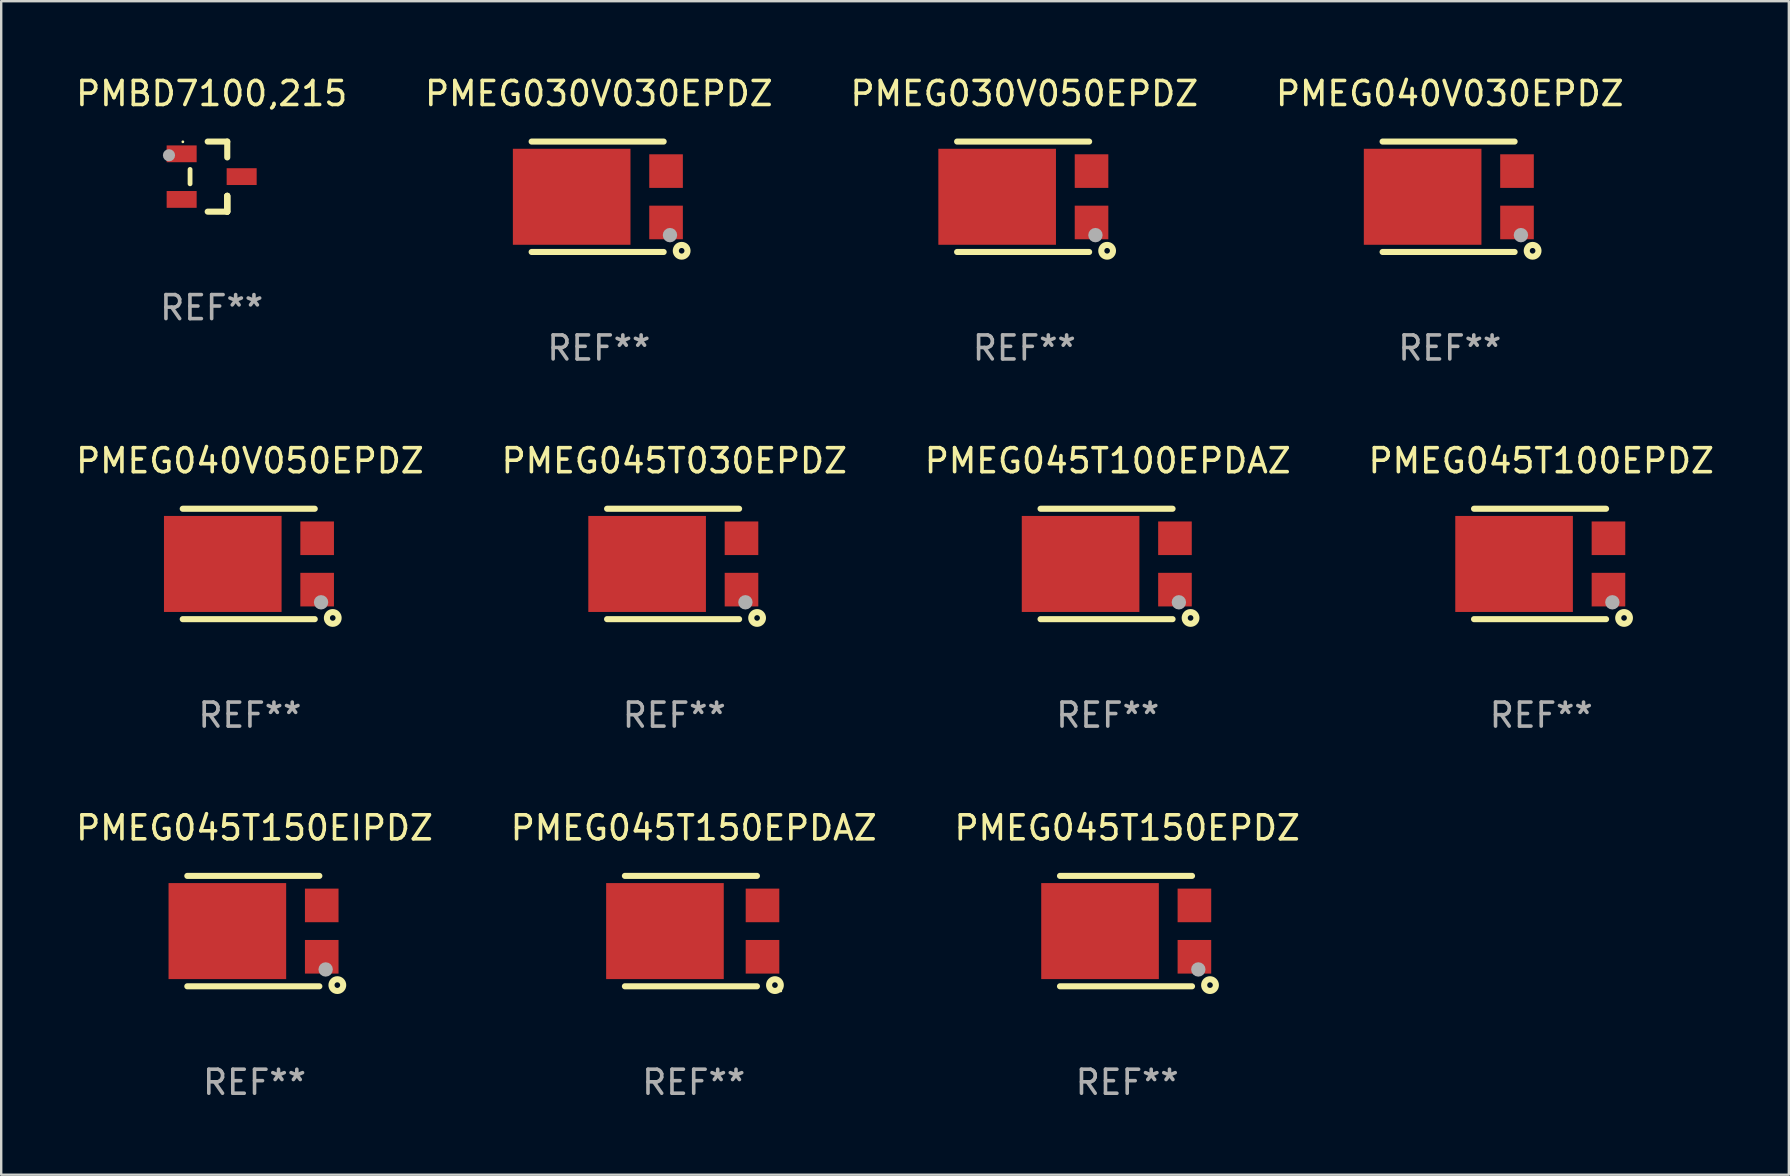
<source format=kicad_pcb>
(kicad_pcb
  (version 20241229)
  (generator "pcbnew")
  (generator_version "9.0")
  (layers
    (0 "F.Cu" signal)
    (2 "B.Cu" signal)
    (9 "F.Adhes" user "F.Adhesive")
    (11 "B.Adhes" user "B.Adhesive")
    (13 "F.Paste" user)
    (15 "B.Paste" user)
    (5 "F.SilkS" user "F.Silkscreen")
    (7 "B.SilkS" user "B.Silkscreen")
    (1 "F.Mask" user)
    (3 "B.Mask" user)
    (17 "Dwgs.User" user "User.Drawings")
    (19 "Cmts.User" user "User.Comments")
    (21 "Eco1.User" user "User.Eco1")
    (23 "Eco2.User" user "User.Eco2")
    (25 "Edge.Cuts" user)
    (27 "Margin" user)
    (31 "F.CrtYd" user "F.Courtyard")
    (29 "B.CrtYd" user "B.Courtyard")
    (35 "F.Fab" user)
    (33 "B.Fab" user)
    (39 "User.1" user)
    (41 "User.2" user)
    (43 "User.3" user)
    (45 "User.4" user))
  (footprint "PMEG045T100EPDZ"
    (layer "F.Cu")
    (at 61.161 20.445)
    (property "Reference" "PMEG045T100EPDZ" (at 0 -4.3 0) (layer "F.SilkS") (effects (font (size 1 1) (thickness 0.15))))
    (attr through_hole)
    (fp_line (start -2.8 2.3) (end 2.7 2.3) (stroke (width 0.254) (type solid)) (layer "F.SilkS"))
    (fp_line (start 2.7 -2.3) (end -2.8 -2.3) (stroke (width 0.254) (type solid)) (layer "F.SilkS"))
    (fp_circle (center 3.2 2.15) (end 3.23 2.15) (stroke (width 0.06) (type solid)) (fill no) (layer "F.SilkS"))
    (fp_circle (center 3.45 2.25) (end 3.567 2.25) (stroke (width 0.254) (type solid)) (fill no) (layer "F.SilkS"))
    (fp_circle (center 2.963 1.598) (end 3.113 1.598) (stroke (width 0.3) (type solid)) (fill no) (layer "F.Fab"))
    (fp_text user "REF**" (at 0 6.3 0) (layer "F.Fab") (effects (font (size 1 1) (thickness 0.15))))
    (pad "1" smd rect (at 2.8 1.07 90) (size 1.4 1.4) (layers "F.Cu" "F.Mask" "F.Paste"))
    (pad "2" smd rect (at 2.8 -1.07 90) (size 1.4 1.4) (layers "F.Cu" "F.Mask" "F.Paste"))
    (pad "3" smd rect (at -1.132 0 90) (size 4 4.9) (layers "F.Cu" "F.Mask" "F.Paste")))
  (footprint "PMEG045T030EPDZ"
    (layer "F.Cu")
    (at 25.042 20.445)
    (property "Reference" "PMEG045T030EPDZ" (at 0 -4.3 0) (layer "F.SilkS") (effects (font (size 1 1) (thickness 0.15))))
    (attr through_hole)
    (fp_line (start -2.8 2.3) (end 2.7 2.3) (stroke (width 0.254) (type solid)) (layer "F.SilkS"))
    (fp_line (start 2.7 -2.3) (end -2.8 -2.3) (stroke (width 0.254) (type solid)) (layer "F.SilkS"))
    (fp_circle (center 3.2 2.15) (end 3.23 2.15) (stroke (width 0.06) (type solid)) (fill no) (layer "F.SilkS"))
    (fp_circle (center 3.45 2.25) (end 3.567 2.25) (stroke (width 0.254) (type solid)) (fill no) (layer "F.SilkS"))
    (fp_circle (center 2.963 1.598) (end 3.113 1.598) (stroke (width 0.3) (type solid)) (fill no) (layer "F.Fab"))
    (fp_text user "REF**" (at 0 6.3 0) (layer "F.Fab") (effects (font (size 1 1) (thickness 0.15))))
    (pad "1" smd rect (at 2.8 1.07 90) (size 1.4 1.4) (layers "F.Cu" "F.Mask" "F.Paste"))
    (pad "2" smd rect (at 2.8 -1.07 90) (size 1.4 1.4) (layers "F.Cu" "F.Mask" "F.Paste"))
    (pad "3" smd rect (at -1.132 0 90) (size 4 4.9) (layers "F.Cu" "F.Mask" "F.Paste")))
  (footprint "PMEG040V050EPDZ"
    (layer "F.Cu")
    (at 7.363 20.445)
    (property "Reference" "PMEG040V050EPDZ" (at 0 -4.3 0) (layer "F.SilkS") (effects (font (size 1 1) (thickness 0.15))))
    (attr through_hole)
    (fp_line (start -2.8 2.3) (end 2.7 2.3) (stroke (width 0.254) (type solid)) (layer "F.SilkS"))
    (fp_line (start 2.7 -2.3) (end -2.8 -2.3) (stroke (width 0.254) (type solid)) (layer "F.SilkS"))
    (fp_circle (center 3.2 2.15) (end 3.23 2.15) (stroke (width 0.06) (type solid)) (fill no) (layer "F.SilkS"))
    (fp_circle (center 3.45 2.25) (end 3.567 2.25) (stroke (width 0.254) (type solid)) (fill no) (layer "F.SilkS"))
    (fp_circle (center 2.963 1.598) (end 3.113 1.598) (stroke (width 0.3) (type solid)) (fill no) (layer "F.Fab"))
    (fp_text user "REF**" (at 0 6.3 0) (layer "F.Fab") (effects (font (size 1 1) (thickness 0.15))))
    (pad "1" smd rect (at 2.8 1.07 90) (size 1.4 1.4) (layers "F.Cu" "F.Mask" "F.Paste"))
    (pad "2" smd rect (at 2.8 -1.07 90) (size 1.4 1.4) (layers "F.Cu" "F.Mask" "F.Paste"))
    (pad "3" smd rect (at -1.132 0 90) (size 4 4.9) (layers "F.Cu" "F.Mask" "F.Paste")))
  (footprint "PMEG030V030EPDZ"
    (layer "F.Cu")
    (at 21.899 5.148)
    (property "Reference" "PMEG030V030EPDZ" (at 0 -4.3 0) (layer "F.SilkS") (effects (font (size 1 1) (thickness 0.15))))
    (attr through_hole)
    (fp_line (start -2.8 2.3) (end 2.7 2.3) (stroke (width 0.254) (type solid)) (layer "F.SilkS"))
    (fp_line (start 2.7 -2.3) (end -2.8 -2.3) (stroke (width 0.254) (type solid)) (layer "F.SilkS"))
    (fp_circle (center 3.2 2.15) (end 3.23 2.15) (stroke (width 0.06) (type solid)) (fill no) (layer "F.SilkS"))
    (fp_circle (center 3.45 2.25) (end 3.567 2.25) (stroke (width 0.254) (type solid)) (fill no) (layer "F.SilkS"))
    (fp_circle (center 2.963 1.598) (end 3.113 1.598) (stroke (width 0.3) (type solid)) (fill no) (layer "F.Fab"))
    (fp_text user "REF**" (at 0 6.3 0) (layer "F.Fab") (effects (font (size 1 1) (thickness 0.15))))
    (pad "1" smd rect (at 2.8 1.07 90) (size 1.4 1.4) (layers "F.Cu" "F.Mask" "F.Paste"))
    (pad "2" smd rect (at 2.8 -1.07 90) (size 1.4 1.4) (layers "F.Cu" "F.Mask" "F.Paste"))
    (pad "3" smd rect (at -1.132 0 90) (size 4 4.9) (layers "F.Cu" "F.Mask" "F.Paste")))
  (footprint "PMEG045T100EPDAZ"
    (layer "F.Cu")
    (at 43.101 20.445)
    (property "Reference" "PMEG045T100EPDAZ" (at 0 -4.3 0) (layer "F.SilkS") (effects (font (size 1 1) (thickness 0.15))))
    (attr through_hole)
    (fp_line (start -2.8 2.3) (end 2.7 2.3) (stroke (width 0.254) (type solid)) (layer "F.SilkS"))
    (fp_line (start 2.7 -2.3) (end -2.8 -2.3) (stroke (width 0.254) (type solid)) (layer "F.SilkS"))
    (fp_circle (center 3.2 2.15) (end 3.23 2.15) (stroke (width 0.06) (type solid)) (fill no) (layer "F.SilkS"))
    (fp_circle (center 3.45 2.25) (end 3.567 2.25) (stroke (width 0.254) (type solid)) (fill no) (layer "F.SilkS"))
    (fp_circle (center 2.963 1.598) (end 3.113 1.598) (stroke (width 0.3) (type solid)) (fill no) (layer "F.Fab"))
    (fp_text user "REF**" (at 0 6.3 0) (layer "F.Fab") (effects (font (size 1 1) (thickness 0.15))))
    (pad "1" smd rect (at 2.8 1.07 90) (size 1.4 1.4) (layers "F.Cu" "F.Mask" "F.Paste"))
    (pad "2" smd rect (at 2.8 -1.07 90) (size 1.4 1.4) (layers "F.Cu" "F.Mask" "F.Paste"))
    (pad "3" smd rect (at -1.132 0 90) (size 4 4.9) (layers "F.Cu" "F.Mask" "F.Paste")))
  (footprint "PMEG030V050EPDZ"
    (layer "F.Cu")
    (at 39.625 5.148)
    (property "Reference" "PMEG030V050EPDZ" (at 0 -4.3 0) (layer "F.SilkS") (effects (font (size 1 1) (thickness 0.15))))
    (attr through_hole)
    (fp_line (start -2.8 2.3) (end 2.7 2.3) (stroke (width 0.254) (type solid)) (layer "F.SilkS"))
    (fp_line (start 2.7 -2.3) (end -2.8 -2.3) (stroke (width 0.254) (type solid)) (layer "F.SilkS"))
    (fp_circle (center 3.2 2.15) (end 3.23 2.15) (stroke (width 0.06) (type solid)) (fill no) (layer "F.SilkS"))
    (fp_circle (center 3.45 2.25) (end 3.567 2.25) (stroke (width 0.254) (type solid)) (fill no) (layer "F.SilkS"))
    (fp_circle (center 2.963 1.598) (end 3.113 1.598) (stroke (width 0.3) (type solid)) (fill no) (layer "F.Fab"))
    (fp_text user "REF**" (at 0 6.3 0) (layer "F.Fab") (effects (font (size 1 1) (thickness 0.15))))
    (pad "1" smd rect (at 2.8 1.07 90) (size 1.4 1.4) (layers "F.Cu" "F.Mask" "F.Paste"))
    (pad "2" smd rect (at 2.8 -1.07 90) (size 1.4 1.4) (layers "F.Cu" "F.Mask" "F.Paste"))
    (pad "3" smd rect (at -1.132 0 90) (size 4 4.9) (layers "F.Cu" "F.Mask" "F.Paste")))
  (footprint "PMEG045T150EPDAZ"
    (layer "F.Cu")
    (at 25.851 35.741)
    (property "Reference" "PMEG045T150EPDAZ" (at 0 -4.3 0) (layer "F.SilkS") (effects (font (size 1 1) (thickness 0.15))))
    (attr through_hole)
    (fp_line (start -2.866 2.3) (end 2.634 2.3) (stroke (width 0.254) (type solid)) (layer "F.SilkS"))
    (fp_line (start 2.634 -2.3) (end -2.866 -2.3) (stroke (width 0.254) (type solid)) (layer "F.SilkS"))
    (fp_circle (center 3.384 2.25) (end 3.501 2.25) (stroke (width 0.254) (type solid)) (fill no) (layer "F.SilkS"))
    (fp_circle (center 3.628 2.494) (end 3.658 2.494) (stroke (width 0.06) (type solid)) (fill no) (layer "F.SilkS"))
    (fp_text user "REF**" (at 0 6.3 0) (layer "F.Fab") (effects (font (size 1 1) (thickness 0.15))))
    (pad "1" smd rect (at 2.866 1.07 90) (size 1.4 1.4) (layers "F.Cu" "F.Mask" "F.Paste"))
    (pad "2" smd rect (at 2.866 -1.07 90) (size 1.4 1.4) (layers "F.Cu" "F.Mask" "F.Paste"))
    (pad "3" smd rect (at -1.198 0 90) (size 4 4.9) (layers "F.Cu" "F.Mask" "F.Paste")))
  (footprint "PMBD7100,215"
    (layer "F.Cu")
    (at 5.768 4.308)
    (property "Reference" "PMBD7100,215" (at 0 -3.46 0) (layer "F.SilkS") (effects (font (size 1 1) (thickness 0.15))))
    (attr through_hole)
    (fp_line (start -0.9 -0.3) (end -0.9 0.3) (stroke (width 0.2) (type solid)) (layer "F.SilkS"))
    (fp_line (start -0.165 -1.46) (end 0.65 -1.46) (stroke (width 0.254) (type solid)) (layer "F.SilkS"))
    (fp_line (start 0.65 -1.46) (end 0.65 -0.8) (stroke (width 0.254) (type solid)) (layer "F.SilkS"))
    (fp_line (start 0.65 0.8) (end 0.65 1.46) (stroke (width 0.254) (type solid)) (layer "F.SilkS"))
    (fp_line (start 0.65 0.8) (end 0.65 1.46) (stroke (width 0.254) (type solid)) (layer "F.SilkS"))
    (fp_line (start 0.65 1.46) (end -0.165 1.46) (stroke (width 0.254) (type solid)) (layer "F.SilkS"))
    (fp_line (start 0.65 1.46) (end 0.65 0.8) (stroke (width 0.254) (type solid)) (layer "F.SilkS"))
    (fp_circle (center -1.2 -1.45) (end -1.17 -1.45) (stroke (width 0.06) (type solid)) (fill no) (layer "F.SilkS"))
    (fp_circle (center -1.778 -0.889) (end -1.651 -0.889) (stroke (width 0.254) (type solid)) (fill no) (layer "F.Fab"))
    (fp_text user "REF**" (at 0 5.46 0) (layer "F.Fab") (effects (font (size 1 1) (thickness 0.15))))
    (pad "1" smd rect (at -1.25 -0.95 90) (size 0.7 1.25) (layers "F.Cu" "F.Mask" "F.Paste"))
    (pad "2" smd rect (at -1.25 0.95 90) (size 0.7 1.25) (layers "F.Cu" "F.Mask" "F.Paste"))
    (pad "3" smd rect (at 1.25 -0.000051 90) (size 0.7 1.25) (layers "F.Cu" "F.Mask" "F.Paste")))
  (footprint "PMEG040V030EPDZ"
    (layer "F.Cu")
    (at 57.351 5.148)
    (property "Reference" "PMEG040V030EPDZ" (at 0 -4.3 0) (layer "F.SilkS") (effects (font (size 1 1) (thickness 0.15))))
    (attr through_hole)
    (fp_line (start -2.8 2.3) (end 2.7 2.3) (stroke (width 0.254) (type solid)) (layer "F.SilkS"))
    (fp_line (start 2.7 -2.3) (end -2.8 -2.3) (stroke (width 0.254) (type solid)) (layer "F.SilkS"))
    (fp_circle (center 3.2 2.15) (end 3.23 2.15) (stroke (width 0.06) (type solid)) (fill no) (layer "F.SilkS"))
    (fp_circle (center 3.45 2.25) (end 3.567 2.25) (stroke (width 0.254) (type solid)) (fill no) (layer "F.SilkS"))
    (fp_circle (center 2.963 1.598) (end 3.113 1.598) (stroke (width 0.3) (type solid)) (fill no) (layer "F.Fab"))
    (fp_text user "REF**" (at 0 6.3 0) (layer "F.Fab") (effects (font (size 1 1) (thickness 0.15))))
    (pad "1" smd rect (at 2.8 1.07 90) (size 1.4 1.4) (layers "F.Cu" "F.Mask" "F.Paste"))
    (pad "2" smd rect (at 2.8 -1.07 90) (size 1.4 1.4) (layers "F.Cu" "F.Mask" "F.Paste"))
    (pad "3" smd rect (at -1.132 0 90) (size 4 4.9) (layers "F.Cu" "F.Mask" "F.Paste")))
  (footprint "PMEG045T150EIPDZ"
    (layer "F.Cu")
    (at 7.554 35.741)
    (property "Reference" "PMEG045T150EIPDZ" (at 0 -4.3 0) (layer "F.SilkS") (effects (font (size 1 1) (thickness 0.15))))
    (attr through_hole)
    (fp_line (start -2.8 2.3) (end 2.7 2.3) (stroke (width 0.254) (type solid)) (layer "F.SilkS"))
    (fp_line (start 2.7 -2.3) (end -2.8 -2.3) (stroke (width 0.254) (type solid)) (layer "F.SilkS"))
    (fp_circle (center 3.2 2.15) (end 3.23 2.15) (stroke (width 0.06) (type solid)) (fill no) (layer "F.SilkS"))
    (fp_circle (center 3.45 2.25) (end 3.567 2.25) (stroke (width 0.254) (type solid)) (fill no) (layer "F.SilkS"))
    (fp_circle (center 2.963 1.598) (end 3.113 1.598) (stroke (width 0.3) (type solid)) (fill no) (layer "F.Fab"))
    (fp_text user "REF**" (at 0 6.3 0) (layer "F.Fab") (effects (font (size 1 1) (thickness 0.15))))
    (pad "1" smd rect (at 2.8 1.07 90) (size 1.4 1.4) (layers "F.Cu" "F.Mask" "F.Paste"))
    (pad "2" smd rect (at 2.8 -1.07 90) (size 1.4 1.4) (layers "F.Cu" "F.Mask" "F.Paste"))
    (pad "3" smd rect (at -1.132 0 90) (size 4 4.9) (layers "F.Cu" "F.Mask" "F.Paste")))
  (footprint "PMEG045T150EPDZ"
    (layer "F.Cu")
    (at 43.911 35.741)
    (property "Reference" "PMEG045T150EPDZ" (at 0 -4.3 0) (layer "F.SilkS") (effects (font (size 1 1) (thickness 0.15))))
    (attr through_hole)
    (fp_line (start -2.8 2.3) (end 2.7 2.3) (stroke (width 0.254) (type solid)) (layer "F.SilkS"))
    (fp_line (start 2.7 -2.3) (end -2.8 -2.3) (stroke (width 0.254) (type solid)) (layer "F.SilkS"))
    (fp_circle (center 3.2 2.15) (end 3.23 2.15) (stroke (width 0.06) (type solid)) (fill no) (layer "F.SilkS"))
    (fp_circle (center 3.45 2.25) (end 3.567 2.25) (stroke (width 0.254) (type solid)) (fill no) (layer "F.SilkS"))
    (fp_circle (center 2.963 1.598) (end 3.113 1.598) (stroke (width 0.3) (type solid)) (fill no) (layer "F.Fab"))
    (fp_text user "REF**" (at 0 6.3 0) (layer "F.Fab") (effects (font (size 1 1) (thickness 0.15))))
    (pad "1" smd rect (at 2.8 1.07 90) (size 1.4 1.4) (layers "F.Cu" "F.Mask" "F.Paste"))
    (pad "2" smd rect (at 2.8 -1.07 90) (size 1.4 1.4) (layers "F.Cu" "F.Mask" "F.Paste"))
    (pad "3" smd rect (at -1.132 0 90) (size 4 4.9) (layers "F.Cu" "F.Mask" "F.Paste")))
  (gr_rect
    (start -3 -3)
    (end 71.476 45.89)
    (stroke (width 0.1) (type default))
    (fill no)
    (layer "Edge.Cuts")))
</source>
